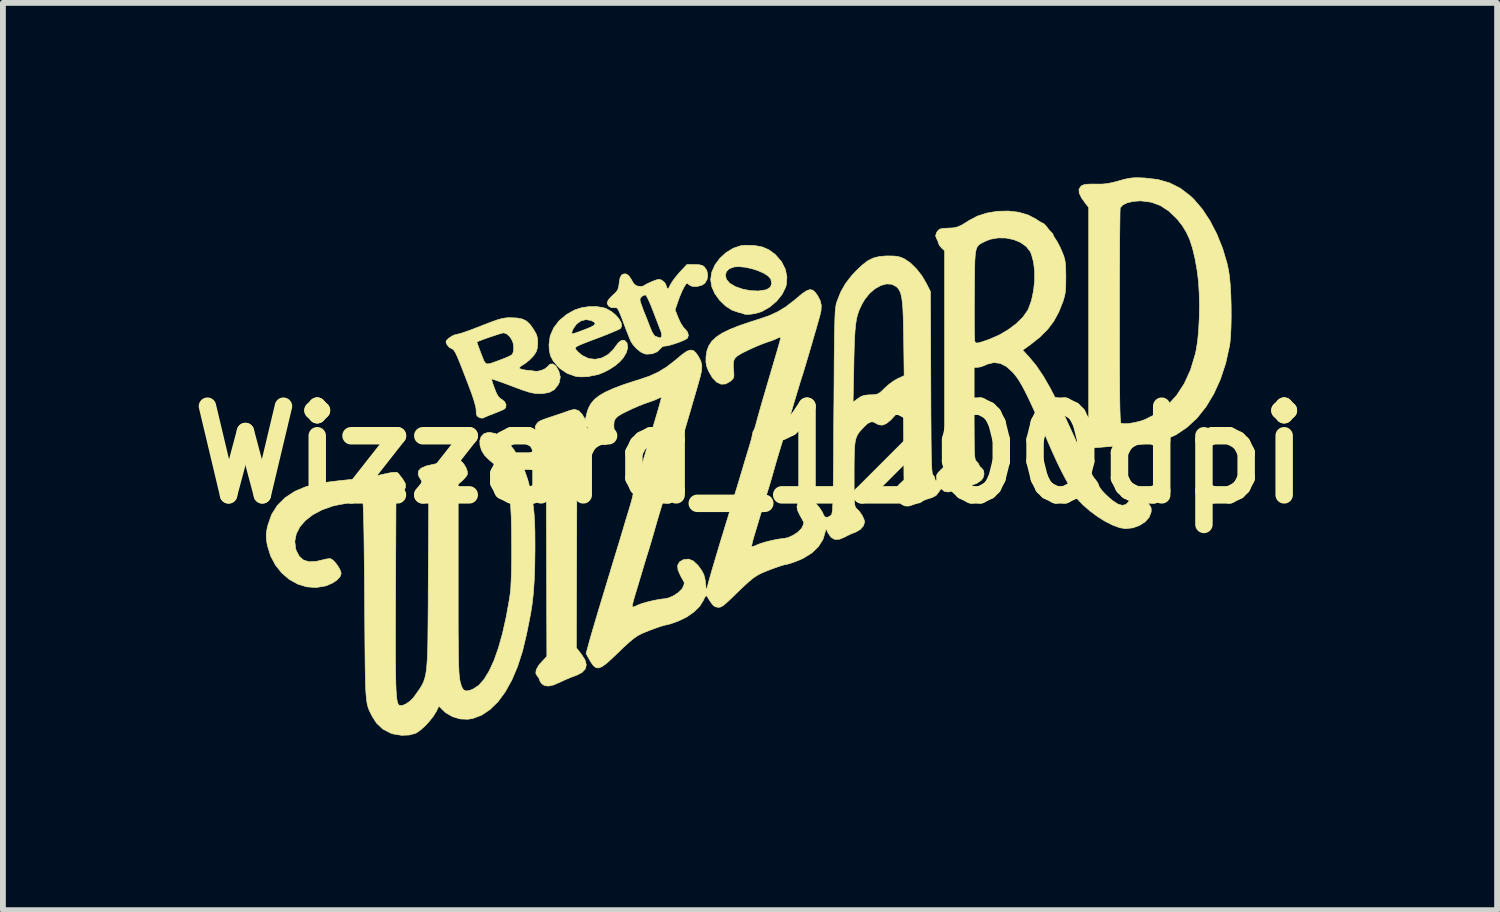
<source format=kicad_pcb>
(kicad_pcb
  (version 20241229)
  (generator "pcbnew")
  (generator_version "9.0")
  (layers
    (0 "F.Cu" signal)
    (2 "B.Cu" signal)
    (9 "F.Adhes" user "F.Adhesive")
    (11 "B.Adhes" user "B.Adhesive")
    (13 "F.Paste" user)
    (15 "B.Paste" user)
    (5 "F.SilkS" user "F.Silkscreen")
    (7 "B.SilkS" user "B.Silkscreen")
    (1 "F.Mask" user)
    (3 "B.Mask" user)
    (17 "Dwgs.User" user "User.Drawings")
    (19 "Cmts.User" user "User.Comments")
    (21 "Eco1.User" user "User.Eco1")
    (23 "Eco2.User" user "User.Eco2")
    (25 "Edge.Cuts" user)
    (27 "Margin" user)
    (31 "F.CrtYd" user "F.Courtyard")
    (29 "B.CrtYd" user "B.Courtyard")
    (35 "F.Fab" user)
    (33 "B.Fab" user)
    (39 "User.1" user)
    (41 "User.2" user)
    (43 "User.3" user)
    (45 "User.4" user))
  (footprint "Wizzard_1200dpi"
    (layer "F.Cu")
    (at 9.841 4.766)
    (property "Reference" "Wizzard_1200dpi" (at 0 0 0) (layer "F.SilkS") (effects (font (size 1.524 1.524) (thickness 0.3))))
    (attr through_hole)
    (fp_poly (pts (xy 0.079 -3.596) (xy 0.209 -3.572) (xy 0.32 -3.525) (xy 0.422 -3.451) (xy 0.439 -3.436) (xy 0.541 -3.319) (xy 0.606 -3.19) (xy 0.634 -3.055) (xy 0.623 -2.918) (xy 0.611 -2.877) (xy 0.55 -2.755) (xy 0.457 -2.64) (xy 0.341 -2.541) (xy 0.211 -2.466) (xy 0.158 -2.446) (xy 0.089 -2.428) (xy 0.015 -2.416) (xy -0.053 -2.412) (xy -0.099 -2.417) (xy -0.108 -2.422) (xy -0.134 -2.432) (xy -0.183 -2.443) (xy -0.188 -2.444) (xy -0.308 -2.485) (xy -0.421 -2.557) (xy -0.522 -2.655) (xy -0.604 -2.768) (xy -0.658 -2.889) (xy -0.677 -3.01) (xy -0.677 -3.011) (xy -0.666 -3.082) (xy -0.424 -3.082) (xy -0.405 -3.013) (xy -0.35 -2.948) (xy -0.25 -2.889) (xy -0.125 -2.846) (xy 0.012 -2.82) (xy 0.147 -2.815) (xy 0.265 -2.833) (xy 0.288 -2.84) (xy 0.349 -2.88) (xy 0.373 -2.939) (xy 0.359 -3.013) (xy 0.355 -3.022) (xy 0.312 -3.072) (xy 0.236 -3.121) (xy 0.137 -3.164) (xy 0.026 -3.2) (xy -0.089 -3.224) (xy -0.197 -3.233) (xy -0.274 -3.228) (xy -0.356 -3.198) (xy -0.407 -3.147) (xy -0.424 -3.082) (xy -0.666 -3.082) (xy -0.657 -3.139) (xy -0.602 -3.264) (xy -0.517 -3.378) (xy -0.411 -3.475) (xy -0.289 -3.549) (xy -0.159 -3.593) (xy -0.08 -3.601) (xy 0.079 -3.596)) (stroke (width 0.01) (type solid)) (fill yes) (layer "F.SilkS"))
    (fp_poly (pts (xy -2.523 -2.529) (xy -2.471 -2.511) (xy -2.383 -2.462) (xy -2.308 -2.4) (xy -2.25 -2.333) (xy -2.214 -2.267) (xy -2.206 -2.21) (xy -2.226 -2.171) (xy -2.254 -2.155) (xy -2.315 -2.128) (xy -2.402 -2.091) (xy -2.509 -2.048) (xy -2.63 -2.002) (xy -2.638 -1.999) (xy -2.77 -1.949) (xy -2.867 -1.911) (xy -2.934 -1.883) (xy -2.976 -1.862) (xy -2.997 -1.845) (xy -3.002 -1.831) (xy -2.997 -1.816) (xy -2.992 -1.807) (xy -2.956 -1.767) (xy -2.901 -1.72) (xy -2.878 -1.703) (xy -2.771 -1.653) (xy -2.657 -1.641) (xy -2.544 -1.665) (xy -2.437 -1.724) (xy -2.344 -1.816) (xy -2.315 -1.857) (xy -2.257 -1.932) (xy -2.202 -1.969) (xy -2.155 -1.966) (xy -2.117 -1.924) (xy -2.113 -1.916) (xy -2.102 -1.843) (xy -2.125 -1.757) (xy -2.18 -1.665) (xy -2.236 -1.601) (xy -2.312 -1.536) (xy -2.407 -1.473) (xy -2.508 -1.42) (xy -2.601 -1.382) (xy -2.657 -1.369) (xy -2.71 -1.361) (xy -2.742 -1.352) (xy -2.778 -1.344) (xy -2.839 -1.34) (xy -2.909 -1.339) (xy -2.97 -1.343) (xy -2.995 -1.347) (xy -3.142 -1.399) (xy -3.263 -1.479) (xy -3.306 -1.521) (xy -3.383 -1.613) (xy -3.43 -1.702) (xy -3.451 -1.802) (xy -3.455 -1.892) (xy -3.435 -2.041) (xy -3.411 -2.097) (xy -3.064 -2.097) (xy -3.062 -2.084) (xy -3.046 -2.081) (xy -3.01 -2.09) (xy -2.949 -2.111) (xy -2.856 -2.146) (xy -2.811 -2.163) (xy -2.722 -2.201) (xy -2.673 -2.232) (xy -2.662 -2.259) (xy -2.687 -2.286) (xy -2.733 -2.308) (xy -2.819 -2.323) (xy -2.905 -2.301) (xy -2.981 -2.248) (xy -3.038 -2.168) (xy -3.058 -2.12) (xy -3.064 -2.097) (xy -3.411 -2.097) (xy -3.375 -2.18) (xy -3.28 -2.305) (xy -3.15 -2.413) (xy -3.013 -2.489) (xy -2.899 -2.526) (xy -2.77 -2.546) (xy -2.639 -2.547) (xy -2.523 -2.529)) (stroke (width 0.01) (type solid)) (fill yes) (layer "F.SilkS"))
    (fp_poly (pts (xy -0.872 -3.266) (xy -0.816 -3.251) (xy -0.787 -3.231) (xy -0.743 -3.167) (xy -0.727 -3.091) (xy -0.738 -3.014) (xy -0.775 -2.95) (xy -0.824 -2.916) (xy -0.912 -2.891) (xy -0.99 -2.893) (xy -1.046 -2.92) (xy -1.05 -2.924) (xy -1.073 -2.945) (xy -1.091 -2.944) (xy -1.114 -2.915) (xy -1.138 -2.874) (xy -1.172 -2.805) (xy -1.209 -2.717) (xy -1.238 -2.637) (xy -1.288 -2.49) (xy -1.233 -2.351) (xy -1.193 -2.264) (xy -1.148 -2.194) (xy -1.119 -2.163) (xy -1.075 -2.11) (xy -1.059 -2.054) (xy -1.073 -2.007) (xy -1.085 -1.996) (xy -1.128 -1.972) (xy -1.196 -1.943) (xy -1.274 -1.915) (xy -1.353 -1.89) (xy -1.418 -1.873) (xy -1.458 -1.868) (xy -1.46 -1.869) (xy -1.505 -1.86) (xy -1.535 -1.828) (xy -1.596 -1.77) (xy -1.681 -1.735) (xy -1.776 -1.729) (xy -1.813 -1.735) (xy -1.876 -1.764) (xy -1.945 -1.819) (xy -2.008 -1.887) (xy -2.047 -1.947) (xy -2.065 -1.988) (xy -2.093 -2.058) (xy -2.128 -2.147) (xy -2.16 -2.232) (xy -2.204 -2.348) (xy -2.236 -2.43) (xy -2.26 -2.484) (xy -2.279 -2.514) (xy -2.296 -2.527) (xy -2.314 -2.528) (xy -2.326 -2.526) (xy -2.383 -2.528) (xy -2.431 -2.556) (xy -2.455 -2.601) (xy -2.456 -2.61) (xy -2.438 -2.655) (xy -2.429 -2.666) (xy -1.892 -2.666) (xy -1.884 -2.626) (xy -1.865 -2.572) (xy -1.837 -2.494) (xy -1.807 -2.418) (xy -1.796 -2.392) (xy -1.772 -2.332) (xy -1.741 -2.252) (xy -1.715 -2.184) (xy -1.685 -2.114) (xy -1.655 -2.062) (xy -1.632 -2.039) (xy -1.582 -2.02) (xy -1.566 -2.012) (xy -1.535 -2.01) (xy -1.519 -2.039) (xy -1.522 -2.09) (xy -1.534 -2.127) (xy -1.551 -2.17) (xy -1.579 -2.244) (xy -1.615 -2.337) (xy -1.655 -2.442) (xy -1.663 -2.463) (xy -1.702 -2.563) (xy -1.739 -2.648) (xy -1.77 -2.711) (xy -1.791 -2.744) (xy -1.795 -2.746) (xy -1.83 -2.741) (xy -1.863 -2.718) (xy -1.885 -2.692) (xy -1.892 -2.666) (xy -2.429 -2.666) (xy -2.388 -2.714) (xy -2.359 -2.741) (xy -2.304 -2.793) (xy -2.273 -2.837) (xy -2.257 -2.889) (xy -2.25 -2.947) (xy -2.235 -3.036) (xy -2.21 -3.088) (xy -2.17 -3.108) (xy -2.134 -3.108) (xy -2.089 -3.083) (xy -2.044 -3.019) (xy -2.037 -3.006) (xy -1.999 -2.942) (xy -1.959 -2.909) (xy -1.921 -2.896) (xy -1.853 -2.894) (xy -1.82 -2.908) (xy -1.784 -2.931) (xy -1.723 -2.96) (xy -1.674 -2.981) (xy -1.608 -3.006) (xy -1.566 -3.015) (xy -1.535 -3.009) (xy -1.509 -2.994) (xy -1.468 -2.959) (xy -1.449 -2.93) (xy -1.429 -2.87) (xy -1.414 -2.85) (xy -1.396 -2.868) (xy -1.37 -2.92) (xy -1.333 -2.981) (xy -1.277 -3.057) (xy -1.213 -3.132) (xy -1.205 -3.141) (xy -1.085 -3.269) (xy -0.958 -3.269) (xy -0.872 -3.266)) (stroke (width 0.01) (type solid)) (fill yes) (layer "F.SilkS"))
    (fp_poly (pts (xy 6.781 -4.757) (xy 7.009 -4.731) (xy 7.213 -4.672) (xy 7.397 -4.579) (xy 7.568 -4.448) (xy 7.627 -4.392) (xy 7.772 -4.223) (xy 7.906 -4.02) (xy 8.024 -3.791) (xy 8.123 -3.545) (xy 8.199 -3.289) (xy 8.226 -3.162) (xy 8.242 -3.048) (xy 8.255 -2.903) (xy 8.264 -2.736) (xy 8.269 -2.557) (xy 8.27 -2.376) (xy 8.267 -2.203) (xy 8.26 -2.048) (xy 8.249 -1.921) (xy 8.242 -1.873) (xy 8.176 -1.575) (xy 8.085 -1.298) (xy 7.971 -1.047) (xy 7.836 -0.823) (xy 7.681 -0.629) (xy 7.508 -0.469) (xy 7.32 -0.343) (xy 7.177 -0.278) (xy 7.114 -0.254) (xy 7.056 -0.235) (xy 6.999 -0.22) (xy 6.934 -0.208) (xy 6.856 -0.197) (xy 6.757 -0.186) (xy 6.633 -0.175) (xy 6.476 -0.163) (xy 6.389 -0.157) (xy 6.253 -0.147) (xy 6.125 -0.137) (xy 6.015 -0.128) (xy 5.93 -0.12) (xy 5.878 -0.114) (xy 5.874 -0.114) (xy 5.805 -0.112) (xy 5.751 -0.133) (xy 5.729 -0.149) (xy 5.693 -0.187) (xy 5.68 -0.22) (xy 5.681 -0.224) (xy 5.679 -0.258) (xy 5.67 -0.266) (xy 5.641 -0.303) (xy 5.622 -0.361) (xy 5.619 -0.417) (xy 5.621 -0.428) (xy 5.648 -0.461) (xy 5.699 -0.497) (xy 5.728 -0.511) (xy 5.821 -0.552) (xy 5.821 -2.381) (xy 6.35 -2.381) (xy 6.35 -2.048) (xy 6.35 -1.755) (xy 6.351 -1.5) (xy 6.352 -1.28) (xy 6.353 -1.094) (xy 6.355 -0.94) (xy 6.357 -0.814) (xy 6.36 -0.715) (xy 6.363 -0.64) (xy 6.367 -0.588) (xy 6.371 -0.557) (xy 6.375 -0.543) (xy 6.376 -0.542) (xy 6.43 -0.533) (xy 6.51 -0.537) (xy 6.607 -0.553) (xy 6.707 -0.577) (xy 6.785 -0.604) (xy 6.991 -0.708) (xy 7.173 -0.847) (xy 7.331 -1.019) (xy 7.464 -1.224) (xy 7.572 -1.461) (xy 7.652 -1.728) (xy 7.666 -1.789) (xy 7.692 -1.947) (xy 7.71 -2.136) (xy 7.721 -2.345) (xy 7.725 -2.562) (xy 7.72 -2.776) (xy 7.708 -2.976) (xy 7.687 -3.151) (xy 7.685 -3.164) (xy 7.647 -3.376) (xy 7.605 -3.551) (xy 7.557 -3.699) (xy 7.499 -3.825) (xy 7.43 -3.938) (xy 7.347 -4.043) (xy 7.332 -4.06) (xy 7.193 -4.192) (xy 7.051 -4.284) (xy 6.899 -4.34) (xy 6.731 -4.362) (xy 6.695 -4.363) (xy 6.582 -4.354) (xy 6.483 -4.33) (xy 6.408 -4.294) (xy 6.366 -4.249) (xy 6.363 -4.243) (xy 6.361 -4.217) (xy 6.359 -4.152) (xy 6.358 -4.051) (xy 6.356 -3.917) (xy 6.354 -3.753) (xy 6.353 -3.562) (xy 6.352 -3.348) (xy 6.351 -3.113) (xy 6.35 -2.861) (xy 6.35 -2.595) (xy 6.35 -2.381) (xy 5.821 -2.381) (xy 5.821 -4.251) (xy 5.772 -4.311) (xy 5.698 -4.414) (xy 5.658 -4.497) (xy 5.654 -4.562) (xy 5.684 -4.611) (xy 5.701 -4.625) (xy 5.741 -4.642) (xy 5.803 -4.651) (xy 5.895 -4.653) (xy 5.939 -4.652) (xy 6.045 -4.652) (xy 6.137 -4.66) (xy 6.233 -4.679) (xy 6.337 -4.707) (xy 6.436 -4.735) (xy 6.515 -4.751) (xy 6.589 -4.76) (xy 6.674 -4.761) (xy 6.781 -4.757)) (stroke (width 0.01) (type solid)) (fill yes) (layer "F.SilkS"))
    (fp_poly (pts (xy -4.01 -2.351) (xy -3.914 -2.333) (xy -3.838 -2.295) (xy -3.774 -2.232) (xy -3.712 -2.141) (xy -3.672 -2.069) (xy -3.654 -2.007) (xy -3.649 -1.935) (xy -3.65 -1.908) (xy -3.657 -1.828) (xy -3.676 -1.769) (xy -3.714 -1.711) (xy -3.725 -1.696) (xy -3.788 -1.631) (xy -3.863 -1.571) (xy -3.891 -1.553) (xy -3.944 -1.519) (xy -3.965 -1.498) (xy -3.958 -1.483) (xy -3.95 -1.477) (xy -3.906 -1.463) (xy -3.843 -1.453) (xy -3.825 -1.451) (xy -3.764 -1.446) (xy -3.722 -1.44) (xy -3.715 -1.438) (xy -3.657 -1.434) (xy -3.586 -1.45) (xy -3.521 -1.479) (xy -3.48 -1.514) (xy -3.435 -1.558) (xy -3.387 -1.561) (xy -3.338 -1.525) (xy -3.293 -1.45) (xy -3.285 -1.433) (xy -3.261 -1.336) (xy -3.278 -1.243) (xy -3.304 -1.193) (xy -3.366 -1.118) (xy -3.448 -1.073) (xy -3.556 -1.052) (xy -3.619 -1.05) (xy -3.678 -1.053) (xy -3.738 -1.062) (xy -3.806 -1.078) (xy -3.892 -1.106) (xy -4.002 -1.146) (xy -4.095 -1.181) (xy -4.206 -1.223) (xy -4.303 -1.258) (xy -4.379 -1.284) (xy -4.427 -1.3) (xy -4.441 -1.302) (xy -4.438 -1.28) (xy -4.423 -1.229) (xy -4.398 -1.158) (xy -4.391 -1.139) (xy -4.357 -1.054) (xy -4.326 -1.001) (xy -4.293 -0.967) (xy -4.268 -0.953) (xy -4.219 -0.913) (xy -4.194 -0.863) (xy -4.198 -0.814) (xy -4.216 -0.79) (xy -4.249 -0.772) (xy -4.309 -0.746) (xy -4.385 -0.716) (xy -4.403 -0.709) (xy -4.48 -0.679) (xy -4.543 -0.653) (xy -4.58 -0.635) (xy -4.583 -0.633) (xy -4.617 -0.629) (xy -4.657 -0.642) (xy -4.691 -0.667) (xy -4.705 -0.703) (xy -4.707 -0.761) (xy -4.711 -0.805) (xy -4.726 -0.868) (xy -4.751 -0.954) (xy -4.79 -1.067) (xy -4.844 -1.211) (xy -4.89 -1.331) (xy -4.949 -1.483) (xy -4.995 -1.6) (xy -5.032 -1.687) (xy -5.06 -1.747) (xy -5.083 -1.786) (xy -5.102 -1.809) (xy -5.119 -1.819) (xy -5.124 -1.821) (xy -5.17 -1.847) (xy -5.207 -1.891) (xy -5.225 -1.932) (xy -5.224 -1.938) (xy -4.694 -1.938) (xy -4.689 -1.918) (xy -4.671 -1.867) (xy -4.644 -1.794) (xy -4.623 -1.739) (xy -4.591 -1.657) (xy -4.567 -1.601) (xy -4.542 -1.57) (xy -4.508 -1.561) (xy -4.457 -1.57) (xy -4.381 -1.597) (xy -4.281 -1.634) (xy -4.2 -1.666) (xy -4.133 -1.696) (xy -4.092 -1.719) (xy -4.085 -1.725) (xy -4.067 -1.773) (xy -4.062 -1.842) (xy -4.071 -1.916) (xy -4.082 -1.952) (xy -4.122 -2.022) (xy -4.175 -2.073) (xy -4.23 -2.095) (xy -4.234 -2.095) (xy -4.266 -2.089) (xy -4.326 -2.071) (xy -4.403 -2.046) (xy -4.489 -2.017) (xy -4.571 -1.988) (xy -4.64 -1.962) (xy -4.684 -1.944) (xy -4.694 -1.938) (xy -5.224 -1.938) (xy -5.221 -1.96) (xy -5.188 -1.994) (xy -5.18 -2.001) (xy -5.123 -2.04) (xy -5.067 -2.064) (xy -5.063 -2.064) (xy -5.01 -2.076) (xy -4.955 -2.091) (xy -4.891 -2.113) (xy -4.809 -2.142) (xy -4.702 -2.183) (xy -4.572 -2.234) (xy -4.444 -2.283) (xy -4.345 -2.318) (xy -4.268 -2.34) (xy -4.204 -2.351) (xy -4.145 -2.356) (xy -4.138 -2.356) (xy -4.01 -2.351)) (stroke (width 0.01) (type solid)) (fill yes) (layer "F.SilkS"))
    (fp_poly (pts (xy -4.375 -0.365) (xy -4.267 -0.306) (xy -4.161 -0.214) (xy -4.061 -0.091) (xy -3.97 0.058) (xy -3.89 0.228) (xy -3.824 0.417) (xy -3.802 0.497) (xy -3.769 0.638) (xy -3.744 0.766) (xy -3.724 0.892) (xy -3.711 1.022) (xy -3.702 1.166) (xy -3.697 1.332) (xy -3.696 1.528) (xy -3.696 1.63) (xy -3.7 1.914) (xy -3.709 2.161) (xy -3.724 2.378) (xy -3.745 2.568) (xy -3.772 2.738) (xy -3.779 2.773) (xy -3.797 2.865) (xy -3.819 2.975) (xy -3.84 3.079) (xy -3.84 3.08) (xy -3.91 3.374) (xy -3.995 3.639) (xy -4.095 3.874) (xy -4.208 4.077) (xy -4.333 4.246) (xy -4.469 4.379) (xy -4.614 4.476) (xy -4.767 4.533) (xy -4.85 4.546) (xy -4.98 4.541) (xy -5.11 4.503) (xy -5.224 4.438) (xy -5.267 4.401) (xy -5.348 4.32) (xy -5.391 4.41) (xy -5.441 4.491) (xy -5.511 4.58) (xy -5.591 4.666) (xy -5.671 4.737) (xy -5.74 4.784) (xy -5.747 4.787) (xy -5.858 4.817) (xy -5.988 4.822) (xy -6.123 4.801) (xy -6.18 4.783) (xy -6.312 4.714) (xy -6.42 4.612) (xy -6.491 4.5) (xy -6.513 4.458) (xy -6.532 4.421) (xy -6.548 4.386) (xy -6.562 4.349) (xy -6.574 4.307) (xy -6.584 4.258) (xy -6.592 4.199) (xy -6.599 4.126) (xy -6.605 4.037) (xy -6.609 3.928) (xy -6.612 3.796) (xy -6.615 3.64) (xy -6.617 3.454) (xy -6.619 3.237) (xy -6.621 2.986) (xy -6.623 2.697) (xy -6.624 2.503) (xy -6.627 2.158) (xy -6.63 1.851) (xy -6.633 1.581) (xy -6.636 1.351) (xy -6.64 1.16) (xy -6.644 1.01) (xy -6.648 0.899) (xy -6.652 0.83) (xy -6.656 0.803) (xy -6.657 0.802) (xy -6.698 0.803) (xy -6.77 0.811) (xy -6.861 0.824) (xy -6.959 0.84) (xy -7.054 0.856) (xy -7.134 0.873) (xy -7.176 0.883) (xy -7.359 0.948) (xy -7.515 1.031) (xy -7.642 1.13) (xy -7.738 1.241) (xy -7.799 1.361) (xy -7.824 1.487) (xy -7.809 1.615) (xy -7.798 1.651) (xy -7.746 1.748) (xy -7.673 1.811) (xy -7.577 1.839) (xy -7.457 1.833) (xy -7.355 1.809) (xy -7.286 1.792) (xy -7.228 1.785) (xy -7.207 1.787) (xy -7.166 1.813) (xy -7.119 1.864) (xy -7.074 1.928) (xy -7.04 1.992) (xy -7.027 2.041) (xy -7.047 2.096) (xy -7.099 2.153) (xy -7.177 2.205) (xy -7.272 2.247) (xy -7.296 2.255) (xy -7.459 2.282) (xy -7.621 2.27) (xy -7.776 2.222) (xy -7.92 2.142) (xy -8.048 2.032) (xy -8.156 1.897) (xy -8.24 1.739) (xy -8.295 1.561) (xy -8.301 1.527) (xy -8.313 1.446) (xy -8.315 1.379) (xy -8.308 1.309) (xy -8.289 1.218) (xy -8.285 1.205) (xy -8.223 1.028) (xy -8.125 0.872) (xy -7.993 0.74) (xy -7.828 0.631) (xy -7.631 0.548) (xy -7.45 0.5) (xy -7.372 0.486) (xy -7.263 0.471) (xy -7.137 0.455) (xy -7.004 0.44) (xy -6.947 0.434) (xy -6.818 0.421) (xy -6.691 0.405) (xy -6.578 0.39) (xy -6.49 0.376) (xy -6.461 0.37) (xy -6.326 0.34) (xy -6.226 0.318) (xy -6.155 0.305) (xy -6.107 0.3) (xy -6.075 0.302) (xy -6.055 0.311) (xy -6.04 0.327) (xy -6.03 0.34) (xy -5.995 0.384) (xy -5.972 0.414) (xy -5.926 0.491) (xy -5.921 0.562) (xy -5.957 0.63) (xy -6.015 0.685) (xy -6.085 0.74) (xy -6.092 2.402) (xy -6.093 2.729) (xy -6.094 3.016) (xy -6.094 3.266) (xy -6.094 3.482) (xy -6.092 3.666) (xy -6.09 3.82) (xy -6.087 3.947) (xy -6.083 4.051) (xy -6.077 4.132) (xy -6.071 4.195) (xy -6.063 4.241) (xy -6.053 4.273) (xy -6.042 4.294) (xy -6.029 4.307) (xy -6.021 4.311) (xy -5.974 4.309) (xy -5.912 4.282) (xy -5.846 4.236) (xy -5.789 4.18) (xy -5.773 4.159) (xy -5.731 4.1) (xy -5.694 4.048) (xy -5.662 4) (xy -5.635 3.954) (xy -5.612 3.906) (xy -5.593 3.852) (xy -5.577 3.791) (xy -5.565 3.717) (xy -5.555 3.629) (xy -5.548 3.523) (xy -5.542 3.395) (xy -5.538 3.243) (xy -5.536 3.064) (xy -5.534 2.853) (xy -5.532 2.609) (xy -5.531 2.328) (xy -5.53 2.143) (xy -5.522 0.614) (xy -5.587 0.548) (xy -5.625 0.506) (xy -5.642 0.476) (xy -5.642 0.47) (xy -5.645 0.448) (xy -5.66 0.425) (xy -5.689 0.378) (xy -5.704 0.336) (xy -5.699 0.279) (xy -5.653 0.231) (xy -5.567 0.193) (xy -5.468 0.17) (xy -5.382 0.151) (xy -5.3 0.127) (xy -5.252 0.107) (xy -5.156 0.066) (xy -5.084 0.052) (xy -5.024 0.064) (xy -4.98 0.094) (xy -4.923 0.154) (xy -4.88 0.225) (xy -4.857 0.293) (xy -4.858 0.338) (xy -4.881 0.376) (xy -4.924 0.425) (xy -4.943 0.443) (xy -5.016 0.507) (xy -5.016 2.128) (xy -5.016 2.435) (xy -5.016 2.702) (xy -5.016 2.933) (xy -5.015 3.131) (xy -5.013 3.299) (xy -5.011 3.439) (xy -5.009 3.554) (xy -5.006 3.648) (xy -5.003 3.724) (xy -4.999 3.784) (xy -4.994 3.831) (xy -4.988 3.869) (xy -4.983 3.896) (xy -4.957 3.988) (xy -4.924 4.041) (xy -4.879 4.06) (xy -4.814 4.049) (xy -4.758 4.026) (xy -4.662 3.963) (xy -4.57 3.858) (xy -4.483 3.715) (xy -4.4 3.535) (xy -4.324 3.319) (xy -4.254 3.07) (xy -4.191 2.789) (xy -4.135 2.478) (xy -4.124 2.402) (xy -4.113 2.304) (xy -4.106 2.167) (xy -4.1 1.991) (xy -4.097 1.774) (xy -4.097 1.556) (xy -4.099 1.295) (xy -4.104 1.073) (xy -4.114 0.884) (xy -4.131 0.725) (xy -4.154 0.591) (xy -4.185 0.477) (xy -4.225 0.381) (xy -4.276 0.296) (xy -4.339 0.22) (xy -4.414 0.147) (xy -4.483 0.089) (xy -4.561 0.012) (xy -4.614 -0.074) (xy -4.641 -0.161) (xy -4.644 -0.242) (xy -4.622 -0.311) (xy -4.576 -0.36) (xy -4.504 -0.384) (xy -4.481 -0.385) (xy -4.375 -0.365)) (stroke (width 0.01) (type solid)) (fill yes) (layer "F.SilkS"))
    (fp_poly (pts (xy 4.615 -4.169) (xy 4.777 -4.122) (xy 4.914 -4.051) (xy 4.916 -4.049) (xy 4.973 -4.011) (xy 5.018 -3.986) (xy 5.036 -3.979) (xy 5.06 -3.963) (xy 5.094 -3.924) (xy 5.104 -3.911) (xy 5.142 -3.862) (xy 5.174 -3.828) (xy 5.179 -3.825) (xy 5.204 -3.797) (xy 5.207 -3.786) (xy 5.219 -3.757) (xy 5.248 -3.71) (xy 5.257 -3.697) (xy 5.29 -3.643) (xy 5.329 -3.566) (xy 5.366 -3.483) (xy 5.366 -3.482) (xy 5.392 -3.416) (xy 5.409 -3.359) (xy 5.419 -3.299) (xy 5.425 -3.224) (xy 5.427 -3.125) (xy 5.428 -3.059) (xy 5.427 -2.936) (xy 5.423 -2.844) (xy 5.415 -2.771) (xy 5.4 -2.705) (xy 5.379 -2.635) (xy 5.306 -2.452) (xy 5.22 -2.294) (xy 5.114 -2.154) (xy 4.981 -2.021) (xy 4.814 -1.889) (xy 4.783 -1.867) (xy 4.687 -1.798) (xy 4.789 -1.688) (xy 4.915 -1.537) (xy 5.039 -1.354) (xy 5.165 -1.135) (xy 5.264 -0.942) (xy 5.306 -0.857) (xy 5.342 -0.785) (xy 5.368 -0.735) (xy 5.377 -0.72) (xy 5.397 -0.683) (xy 5.428 -0.621) (xy 5.471 -0.528) (xy 5.528 -0.404) (xy 5.6 -0.244) (xy 5.61 -0.222) (xy 5.656 -0.122) (xy 5.699 -0.032) (xy 5.735 0.038) (xy 5.76 0.08) (xy 5.762 0.082) (xy 5.789 0.131) (xy 5.8 0.17) (xy 5.815 0.214) (xy 5.831 0.233) (xy 5.858 0.275) (xy 5.863 0.301) (xy 5.877 0.343) (xy 5.91 0.396) (xy 5.927 0.416) (xy 5.965 0.466) (xy 5.988 0.508) (xy 5.99 0.519) (xy 6.006 0.557) (xy 6.048 0.614) (xy 6.111 0.681) (xy 6.187 0.751) (xy 6.23 0.787) (xy 6.323 0.848) (xy 6.4 0.87) (xy 6.462 0.854) (xy 6.513 0.8) (xy 6.515 0.797) (xy 6.571 0.732) (xy 6.639 0.699) (xy 6.708 0.698) (xy 6.77 0.73) (xy 6.807 0.778) (xy 6.84 0.832) (xy 6.868 0.867) (xy 6.894 0.914) (xy 6.895 0.977) (xy 6.893 0.987) (xy 6.859 1.076) (xy 6.79 1.153) (xy 6.695 1.215) (xy 6.581 1.256) (xy 6.456 1.27) (xy 6.455 1.27) (xy 6.354 1.254) (xy 6.234 1.21) (xy 6.103 1.144) (xy 5.969 1.06) (xy 5.839 0.963) (xy 5.721 0.86) (xy 5.622 0.755) (xy 5.551 0.654) (xy 5.544 0.64) (xy 5.521 0.598) (xy 5.485 0.529) (xy 5.439 0.444) (xy 5.402 0.376) (xy 5.346 0.268) (xy 5.283 0.139) (xy 5.222 0.007) (xy 5.183 -0.08) (xy 5.075 -0.329) (xy 4.982 -0.542) (xy 4.901 -0.723) (xy 4.831 -0.875) (xy 4.771 -1.002) (xy 4.719 -1.106) (xy 4.673 -1.192) (xy 4.631 -1.263) (xy 4.592 -1.322) (xy 4.553 -1.373) (xy 4.514 -1.418) (xy 4.512 -1.421) (xy 4.406 -1.517) (xy 4.3 -1.571) (xy 4.191 -1.584) (xy 4.077 -1.557) (xy 4.028 -1.534) (xy 3.965 -1.511) (xy 3.911 -1.503) (xy 3.852 -1.503) (xy 3.852 -0.712) (xy 3.852 -0.508) (xy 3.853 -0.343) (xy 3.854 -0.211) (xy 3.855 -0.109) (xy 3.858 -0.032) (xy 3.862 0.023) (xy 3.867 0.061) (xy 3.873 0.086) (xy 3.882 0.102) (xy 3.892 0.114) (xy 3.895 0.116) (xy 3.926 0.153) (xy 3.937 0.178) (xy 3.953 0.206) (xy 3.979 0.228) (xy 4.014 0.272) (xy 4.022 0.333) (xy 4.005 0.397) (xy 3.974 0.439) (xy 3.896 0.493) (xy 3.806 0.524) (xy 3.761 0.529) (xy 3.717 0.538) (xy 3.652 0.561) (xy 3.598 0.584) (xy 3.49 0.625) (xy 3.402 0.64) (xy 3.338 0.628) (xy 3.313 0.607) (xy 3.293 0.587) (xy 3.275 0.594) (xy 3.249 0.633) (xy 3.242 0.644) (xy 3.196 0.701) (xy 3.13 0.735) (xy 3.108 0.742) (xy 3.035 0.765) (xy 2.948 0.798) (xy 2.902 0.818) (xy 2.828 0.849) (xy 2.76 0.873) (xy 2.728 0.882) (xy 2.665 0.88) (xy 2.608 0.855) (xy 2.569 0.815) (xy 2.561 0.785) (xy 2.546 0.739) (xy 2.529 0.72) (xy 2.499 0.67) (xy 2.502 0.607) (xy 2.537 0.539) (xy 2.572 0.501) (xy 2.646 0.433) (xy 2.635 -0.848) (xy 2.503 -0.689) (xy 2.415 -0.594) (xy 2.34 -0.534) (xy 2.274 -0.509) (xy 2.211 -0.516) (xy 2.17 -0.537) (xy 2.118 -0.564) (xy 2.072 -0.565) (xy 2.022 -0.538) (xy 1.959 -0.479) (xy 1.955 -0.474) (xy 1.908 -0.424) (xy 1.871 -0.38) (xy 1.843 -0.335) (xy 1.822 -0.284) (xy 1.807 -0.221) (xy 1.798 -0.141) (xy 1.793 -0.038) (xy 1.79 0.094) (xy 1.789 0.261) (xy 1.789 0.332) (xy 1.789 0.503) (xy 1.79 0.635) (xy 1.792 0.735) (xy 1.795 0.808) (xy 1.8 0.857) (xy 1.807 0.889) (xy 1.816 0.908) (xy 1.822 0.915) (xy 1.881 0.975) (xy 1.93 1.048) (xy 1.962 1.12) (xy 1.968 1.16) (xy 1.949 1.222) (xy 1.897 1.281) (xy 1.822 1.327) (xy 1.778 1.344) (xy 1.727 1.364) (xy 1.662 1.396) (xy 1.637 1.41) (xy 1.539 1.452) (xy 1.458 1.455) (xy 1.393 1.42) (xy 1.342 1.345) (xy 1.338 1.337) (xy 1.316 1.29) (xy 1.305 1.278) (xy 1.298 1.299) (xy 1.296 1.312) (xy 1.255 1.452) (xy 1.176 1.579) (xy 1.061 1.689) (xy 0.912 1.781) (xy 0.822 1.82) (xy 0.742 1.85) (xy 0.676 1.872) (xy 0.635 1.883) (xy 0.629 1.884) (xy 0.589 1.891) (xy 0.52 1.912) (xy 0.433 1.942) (xy 0.338 1.977) (xy 0.245 2.014) (xy 0.18 2.043) (xy 0.12 2.075) (xy 0.054 2.12) (xy -0.022 2.183) (xy -0.116 2.268) (xy -0.216 2.364) (xy -0.313 2.459) (xy -0.386 2.528) (xy -0.44 2.575) (xy -0.479 2.603) (xy -0.51 2.618) (xy -0.537 2.622) (xy -0.554 2.621) (xy -0.591 2.614) (xy -0.622 2.598) (xy -0.653 2.564) (xy -0.694 2.506) (xy -0.733 2.442) (xy -0.749 2.423) (xy -0.764 2.429) (xy -0.785 2.466) (xy -0.8 2.499) (xy -0.865 2.604) (xy -0.966 2.703) (xy -1.092 2.791) (xy -1.232 2.858) (xy -1.311 2.887) (xy -1.377 2.909) (xy -1.419 2.92) (xy -1.424 2.921) (xy -1.464 2.929) (xy -1.533 2.949) (xy -1.62 2.979) (xy -1.715 3.014) (xy -1.808 3.051) (xy -1.873 3.08) (xy -1.934 3.112) (xy -2 3.158) (xy -2.076 3.221) (xy -2.171 3.307) (xy -2.267 3.4) (xy -2.382 3.51) (xy -2.472 3.59) (xy -2.543 3.641) (xy -2.6 3.664) (xy -2.646 3.66) (xy -2.688 3.629) (xy -2.73 3.573) (xy -2.771 3.502) (xy -2.818 3.417) (xy -2.775 3.259) (xy -2.742 3.139) (xy -2.696 2.982) (xy -2.64 2.792) (xy -2.574 2.571) (xy -2.506 2.349) (xy -2.472 2.236) (xy -2.437 2.12) (xy -2.405 2.017) (xy -2.388 1.958) (xy -2.36 1.866) (xy -2.326 1.754) (xy -2.292 1.644) (xy -2.285 1.619) (xy -2.249 1.503) (xy -2.21 1.373) (xy -2.174 1.253) (xy -2.17 1.238) (xy -2.137 1.127) (xy -2.1 1.006) (xy -2.067 0.898) (xy -2.062 0.88) (xy -2.038 0.798) (xy -2.02 0.729) (xy -2.011 0.684) (xy -2.011 0.678) (xy -2 0.636) (xy -1.992 0.623) (xy -1.976 0.592) (xy -1.958 0.536) (xy -1.951 0.508) (xy -1.939 0.462) (xy -1.92 0.39) (xy -1.891 0.291) (xy -1.854 0.16) (xy -1.807 -0.002) (xy -1.749 -0.199) (xy -1.681 -0.433) (xy -1.611 -0.667) (xy -1.58 -0.773) (xy -1.554 -0.864) (xy -1.535 -0.934) (xy -1.525 -0.974) (xy -1.524 -0.98) (xy -1.54 -0.983) (xy -1.578 -0.968) (xy -1.582 -0.966) (xy -1.636 -0.941) (xy -1.71 -0.914) (xy -1.757 -0.898) (xy -1.825 -0.874) (xy -1.918 -0.837) (xy -2.021 -0.792) (xy -2.091 -0.759) (xy -2.197 -0.707) (xy -2.269 -0.663) (xy -2.314 -0.62) (xy -2.336 -0.571) (xy -2.341 -0.507) (xy -2.336 -0.42) (xy -2.335 -0.417) (xy -2.33 -0.344) (xy -2.332 -0.298) (xy -2.348 -0.267) (xy -2.38 -0.235) (xy -2.393 -0.224) (xy -2.448 -0.185) (xy -2.498 -0.174) (xy -2.537 -0.177) (xy -2.624 -0.212) (xy -2.699 -0.282) (xy -2.757 -0.381) (xy -2.761 -0.392) (xy -2.797 -0.484) (xy -2.885 -0.398) (xy -2.974 -0.312) (xy -2.985 3.318) (xy -2.899 3.428) (xy -2.836 3.526) (xy -2.814 3.611) (xy -2.832 3.683) (xy -2.89 3.744) (xy -2.989 3.793) (xy -3.014 3.802) (xy -3.09 3.83) (xy -3.183 3.87) (xy -3.264 3.908) (xy -3.378 3.957) (xy -3.465 3.976) (xy -3.533 3.967) (xy -3.577 3.937) (xy -3.608 3.896) (xy -3.619 3.866) (xy -3.634 3.828) (xy -3.651 3.81) (xy -3.682 3.76) (xy -3.675 3.695) (xy -3.63 3.617) (xy -3.587 3.567) (xy -3.492 3.466) (xy -3.503 -0.19) (xy -3.548 -0.221) (xy -3.583 -0.257) (xy -3.624 -0.317) (xy -3.65 -0.361) (xy -3.681 -0.424) (xy -3.694 -0.463) (xy -3.689 -0.492) (xy -3.672 -0.521) (xy -3.655 -0.546) (xy -3.634 -0.566) (xy -3.602 -0.585) (xy -3.553 -0.605) (xy -3.48 -0.631) (xy -3.374 -0.666) (xy -3.355 -0.673) (xy -3.263 -0.703) (xy -3.179 -0.732) (xy -3.116 -0.755) (xy -3.099 -0.762) (xy -3.016 -0.78) (xy -2.945 -0.757) (xy -2.884 -0.693) (xy -2.878 -0.683) (xy -2.83 -0.603) (xy -2.806 -0.71) (xy -2.778 -0.799) (xy -2.735 -0.878) (xy -2.675 -0.95) (xy -2.592 -1.015) (xy -2.484 -1.078) (xy -2.347 -1.14) (xy -2.177 -1.204) (xy -1.969 -1.272) (xy -1.905 -1.291) (xy -1.727 -1.352) (xy -1.577 -1.421) (xy -1.439 -1.505) (xy -1.298 -1.613) (xy -1.255 -1.649) (xy -1.158 -1.729) (xy -1.084 -1.78) (xy -1.026 -1.8) (xy -0.978 -1.793) (xy -0.935 -1.757) (xy -0.891 -1.697) (xy -0.847 -1.613) (xy -0.828 -1.531) (xy -0.834 -1.438) (xy -0.855 -1.344) (xy -0.882 -1.249) (xy -0.915 -1.133) (xy -0.953 -1.003) (xy -0.993 -0.867) (xy -1.032 -0.731) (xy -1.07 -0.603) (xy -1.103 -0.491) (xy -1.13 -0.402) (xy -1.148 -0.343) (xy -1.153 -0.328) (xy -1.169 -0.28) (xy -1.194 -0.2) (xy -1.225 -0.096) (xy -1.261 0.022) (xy -1.289 0.116) (xy -1.334 0.266) (xy -1.383 0.431) (xy -1.433 0.597) (xy -1.478 0.745) (xy -1.493 0.794) (xy -1.529 0.914) (xy -1.564 1.03) (xy -1.594 1.131) (xy -1.616 1.206) (xy -1.622 1.228) (xy -1.665 1.379) (xy -1.703 1.508) (xy -1.74 1.632) (xy -1.753 1.672) (xy -1.778 1.753) (xy -1.81 1.858) (xy -1.844 1.971) (xy -1.862 2.032) (xy -1.897 2.148) (xy -1.934 2.272) (xy -1.968 2.385) (xy -1.982 2.431) (xy -2.005 2.511) (xy -2.02 2.575) (xy -2.026 2.612) (xy -2.025 2.617) (xy -2.002 2.615) (xy -1.955 2.597) (xy -1.934 2.586) (xy -1.872 2.562) (xy -1.783 2.535) (xy -1.681 2.51) (xy -1.583 2.49) (xy -1.502 2.478) (xy -1.474 2.476) (xy -1.4 2.461) (xy -1.314 2.423) (xy -1.234 2.37) (xy -1.174 2.311) (xy -1.165 2.299) (xy -1.139 2.245) (xy -1.129 2.204) (xy -1.131 2.196) (xy -1.148 2.163) (xy -1.178 2.109) (xy -1.196 2.076) (xy -1.239 1.978) (xy -1.244 1.9) (xy -1.212 1.842) (xy -1.143 1.802) (xy -1.057 1.793) (xy -0.975 1.825) (xy -0.896 1.9) (xy -0.895 1.901) (xy -0.833 1.986) (xy -0.794 2.059) (xy -0.773 2.14) (xy -0.764 2.212) (xy -0.751 2.339) (xy -0.716 2.201) (xy -0.693 2.119) (xy -0.662 2.009) (xy -0.621 1.87) (xy -0.57 1.698) (xy -0.508 1.491) (xy -0.453 1.312) (xy -0.419 1.199) (xy -0.383 1.083) (xy -0.352 0.98) (xy -0.334 0.921) (xy -0.307 0.829) (xy -0.273 0.717) (xy -0.239 0.606) (xy -0.231 0.582) (xy -0.196 0.466) (xy -0.157 0.336) (xy -0.121 0.216) (xy -0.117 0.201) (xy -0.084 0.09) (xy -0.047 -0.031) (xy -0.014 -0.14) (xy -0.009 -0.157) (xy 0.015 -0.239) (xy 0.033 -0.308) (xy 0.042 -0.353) (xy 0.042 -0.359) (xy 0.053 -0.402) (xy 0.061 -0.414) (xy 0.077 -0.445) (xy 0.095 -0.502) (xy 0.102 -0.529) (xy 0.114 -0.575) (xy 0.134 -0.647) (xy 0.162 -0.747) (xy 0.199 -0.877) (xy 0.246 -1.039) (xy 0.304 -1.236) (xy 0.373 -1.47) (xy 0.442 -1.704) (xy 0.473 -1.81) (xy 0.499 -1.902) (xy 0.518 -1.971) (xy 0.528 -2.011) (xy 0.529 -2.017) (xy 0.513 -2.02) (xy 0.475 -2.005) (xy 0.471 -2.003) (xy 0.417 -1.978) (xy 0.343 -1.951) (xy 0.296 -1.936) (xy 0.228 -1.911) (xy 0.135 -1.874) (xy 0.033 -1.829) (xy -0.038 -1.796) (xy -0.144 -1.744) (xy -0.216 -1.7) (xy -0.26 -1.658) (xy -0.283 -1.608) (xy -0.288 -1.544) (xy -0.283 -1.458) (xy -0.282 -1.455) (xy -0.277 -1.381) (xy -0.279 -1.335) (xy -0.295 -1.304) (xy -0.327 -1.272) (xy -0.34 -1.261) (xy -0.419 -1.217) (xy -0.498 -1.213) (xy -0.575 -1.249) (xy -0.647 -1.324) (xy -0.711 -1.435) (xy -0.713 -1.439) (xy -0.745 -1.519) (xy -0.758 -1.59) (xy -0.757 -1.675) (xy -0.756 -1.689) (xy -0.741 -1.786) (xy -0.709 -1.872) (xy -0.658 -1.949) (xy -0.584 -2.02) (xy -0.484 -2.087) (xy -0.353 -2.152) (xy -0.19 -2.217) (xy 0.01 -2.285) (xy 0.148 -2.329) (xy 0.326 -2.389) (xy 0.476 -2.458) (xy 0.614 -2.542) (xy 0.755 -2.65) (xy 0.798 -2.686) (xy 0.895 -2.767) (xy 0.969 -2.817) (xy 1.027 -2.838) (xy 1.075 -2.83) (xy 1.118 -2.794) (xy 1.162 -2.734) (xy 1.206 -2.65) (xy 1.225 -2.568) (xy 1.22 -2.475) (xy 1.198 -2.381) (xy 1.171 -2.286) (xy 1.138 -2.17) (xy 1.1 -2.04) (xy 1.061 -1.904) (xy 1.021 -1.768) (xy 0.983 -1.64) (xy 0.95 -1.528) (xy 0.923 -1.439) (xy 0.905 -1.38) (xy 0.9 -1.365) (xy 0.884 -1.317) (xy 0.859 -1.237) (xy 0.828 -1.133) (xy 0.792 -1.015) (xy 0.764 -0.921) (xy 0.72 -0.772) (xy 0.67 -0.606) (xy 0.62 -0.44) (xy 0.575 -0.292) (xy 0.561 -0.243) (xy 0.524 -0.123) (xy 0.489 -0.007) (xy 0.459 0.094) (xy 0.437 0.169) (xy 0.431 0.191) (xy 0.388 0.342) (xy 0.351 0.471) (xy 0.313 0.595) (xy 0.3 0.635) (xy 0.275 0.716) (xy 0.243 0.821) (xy 0.209 0.934) (xy 0.191 0.995) (xy 0.156 1.111) (xy 0.119 1.235) (xy 0.085 1.348) (xy 0.071 1.393) (xy 0.048 1.474) (xy 0.033 1.537) (xy 0.027 1.575) (xy 0.028 1.58) (xy 0.051 1.578) (xy 0.098 1.56) (xy 0.12 1.549) (xy 0.182 1.525) (xy 0.271 1.498) (xy 0.372 1.473) (xy 0.47 1.453) (xy 0.551 1.441) (xy 0.579 1.439) (xy 0.654 1.424) (xy 0.739 1.385) (xy 0.82 1.332) (xy 0.879 1.274) (xy 0.888 1.261) (xy 0.914 1.208) (xy 0.924 1.167) (xy 0.923 1.158) (xy 0.905 1.126) (xy 0.875 1.071) (xy 0.857 1.039) (xy 0.817 0.956) (xy 0.806 0.892) (xy 0.821 0.834) (xy 0.825 0.826) (xy 0.87 0.783) (xy 0.937 0.759) (xy 1.012 0.758) (xy 1.035 0.765) (xy 1.086 0.796) (xy 1.145 0.852) (xy 1.201 0.921) (xy 1.245 0.988) (xy 1.262 1.031) (xy 1.288 1.07) (xy 1.333 1.075) (xy 1.386 1.046) (xy 1.394 1.04) (xy 1.401 1.03) (xy 1.406 1.016) (xy 1.411 0.993) (xy 1.416 0.959) (xy 1.419 0.911) (xy 1.423 0.847) (xy 1.425 0.764) (xy 1.428 0.659) (xy 1.43 0.53) (xy 1.432 0.373) (xy 1.434 0.186) (xy 1.436 -0.034) (xy 1.437 -0.289) (xy 1.439 -0.582) (xy 1.44 -0.747) (xy 1.442 -0.903) (xy 1.771 -0.903) (xy 1.852 -0.965) (xy 1.907 -1.001) (xy 1.962 -1.021) (xy 2.034 -1.029) (xy 2.069 -1.03) (xy 2.14 -1.033) (xy 2.188 -1.043) (xy 2.229 -1.065) (xy 2.276 -1.106) (xy 2.314 -1.144) (xy 2.388 -1.21) (xy 2.471 -1.27) (xy 2.536 -1.307) (xy 2.649 -1.359) (xy 2.641 -1.987) (xy 2.637 -2.197) (xy 2.633 -2.37) (xy 2.627 -2.509) (xy 2.618 -2.619) (xy 2.606 -2.705) (xy 2.591 -2.77) (xy 2.571 -2.819) (xy 2.547 -2.857) (xy 2.517 -2.887) (xy 2.513 -2.891) (xy 2.435 -2.931) (xy 2.344 -2.936) (xy 2.247 -2.909) (xy 2.148 -2.854) (xy 2.054 -2.773) (xy 1.971 -2.669) (xy 1.929 -2.598) (xy 1.895 -2.529) (xy 1.867 -2.464) (xy 1.845 -2.397) (xy 1.828 -2.322) (xy 1.815 -2.235) (xy 1.805 -2.13) (xy 1.797 -2.002) (xy 1.791 -1.844) (xy 1.786 -1.651) (xy 1.785 -1.568) (xy 1.771 -0.903) (xy 1.442 -0.903) (xy 1.443 -1.061) (xy 1.445 -1.336) (xy 1.446 -1.574) (xy 1.448 -1.779) (xy 1.45 -1.953) (xy 1.452 -2.099) (xy 1.455 -2.22) (xy 1.458 -2.318) (xy 1.461 -2.398) (xy 1.464 -2.461) (xy 1.469 -2.51) (xy 1.474 -2.549) (xy 1.479 -2.58) (xy 1.486 -2.606) (xy 1.494 -2.631) (xy 1.496 -2.638) (xy 1.56 -2.799) (xy 1.639 -2.939) (xy 1.742 -3.073) (xy 1.821 -3.158) (xy 1.929 -3.261) (xy 2.024 -3.334) (xy 2.116 -3.38) (xy 2.216 -3.406) (xy 2.334 -3.417) (xy 2.371 -3.417) (xy 2.469 -3.416) (xy 2.54 -3.408) (xy 2.599 -3.391) (xy 2.654 -3.366) (xy 2.757 -3.296) (xy 2.86 -3.195) (xy 2.956 -3.073) (xy 3.031 -2.944) (xy 3.101 -2.805) (xy 3.107 -1.239) (xy 3.108 -0.94) (xy 3.109 -0.68) (xy 3.111 -0.458) (xy 3.112 -0.269) (xy 3.114 -0.112) (xy 3.116 0.016) (xy 3.119 0.119) (xy 3.122 0.199) (xy 3.126 0.258) (xy 3.13 0.299) (xy 3.134 0.326) (xy 3.14 0.34) (xy 3.144 0.345) (xy 3.17 0.378) (xy 3.175 0.403) (xy 3.184 0.437) (xy 3.197 0.445) (xy 3.209 0.427) (xy 3.206 0.394) (xy 3.205 0.354) (xy 3.23 0.311) (xy 3.269 0.27) (xy 3.344 0.197) (xy 3.344 -2.422) (xy 3.855 -2.422) (xy 3.855 -2.274) (xy 3.856 -2.148) (xy 3.858 -2.049) (xy 3.86 -1.983) (xy 3.862 -1.955) (xy 3.871 -1.932) (xy 3.89 -1.921) (xy 3.926 -1.923) (xy 3.983 -1.939) (xy 4.071 -1.969) (xy 4.122 -1.988) (xy 4.287 -2.06) (xy 4.442 -2.152) (xy 4.579 -2.255) (xy 4.691 -2.366) (xy 4.77 -2.478) (xy 4.784 -2.505) (xy 4.837 -2.65) (xy 4.872 -2.814) (xy 4.891 -2.986) (xy 4.891 -3.155) (xy 4.873 -3.312) (xy 4.836 -3.446) (xy 4.816 -3.492) (xy 4.748 -3.579) (xy 4.65 -3.649) (xy 4.531 -3.698) (xy 4.398 -3.725) (xy 4.262 -3.727) (xy 4.131 -3.704) (xy 4.054 -3.674) (xy 4.006 -3.651) (xy 3.966 -3.631) (xy 3.935 -3.609) (xy 3.91 -3.582) (xy 3.892 -3.545) (xy 3.879 -3.494) (xy 3.87 -3.424) (xy 3.864 -3.331) (xy 3.861 -3.211) (xy 3.859 -3.06) (xy 3.857 -2.872) (xy 3.857 -2.766) (xy 3.855 -2.588) (xy 3.855 -2.422) (xy 3.344 -2.422) (xy 3.344 -3.506) (xy 3.291 -3.556) (xy 3.255 -3.599) (xy 3.238 -3.637) (xy 3.238 -3.639) (xy 3.225 -3.682) (xy 3.208 -3.712) (xy 3.189 -3.764) (xy 3.209 -3.824) (xy 3.234 -3.858) (xy 3.266 -3.88) (xy 3.319 -3.891) (xy 3.402 -3.895) (xy 3.489 -3.899) (xy 3.564 -3.915) (xy 3.639 -3.948) (xy 3.729 -4.003) (xy 3.757 -4.022) (xy 3.905 -4.101) (xy 4.074 -4.155) (xy 4.255 -4.185) (xy 4.438 -4.189) (xy 4.615 -4.169)) (stroke (width 0.01) (type solid)) (fill yes) (layer "F.SilkS")))
  (gr_rect
    (start -3 -3)
    (end 22.681 12.593)
    (stroke (width 0.1) (type default))
    (fill no)
    (layer "Edge.Cuts")))
</source>
